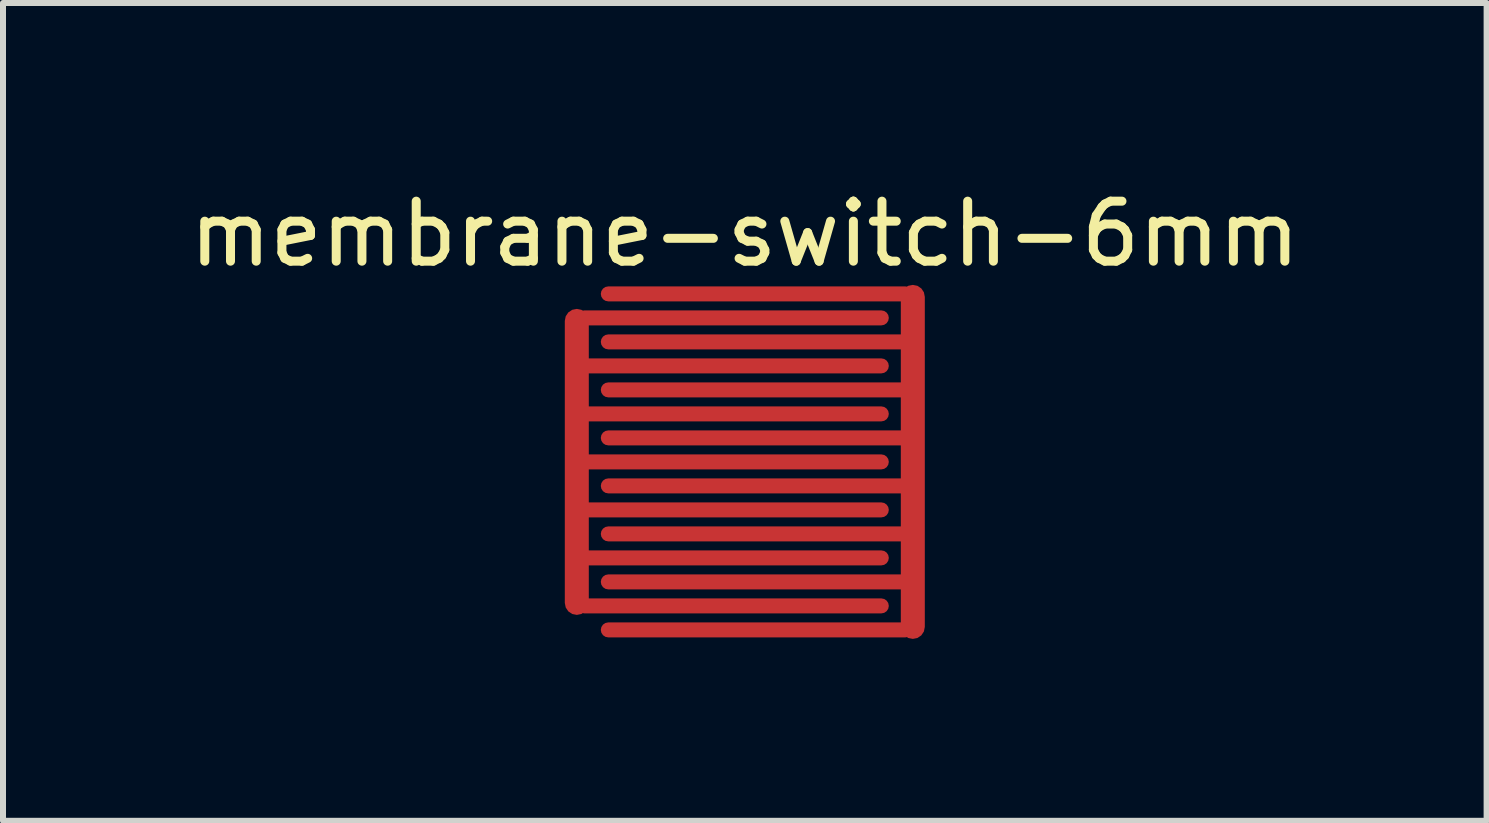
<source format=kicad_pcb>
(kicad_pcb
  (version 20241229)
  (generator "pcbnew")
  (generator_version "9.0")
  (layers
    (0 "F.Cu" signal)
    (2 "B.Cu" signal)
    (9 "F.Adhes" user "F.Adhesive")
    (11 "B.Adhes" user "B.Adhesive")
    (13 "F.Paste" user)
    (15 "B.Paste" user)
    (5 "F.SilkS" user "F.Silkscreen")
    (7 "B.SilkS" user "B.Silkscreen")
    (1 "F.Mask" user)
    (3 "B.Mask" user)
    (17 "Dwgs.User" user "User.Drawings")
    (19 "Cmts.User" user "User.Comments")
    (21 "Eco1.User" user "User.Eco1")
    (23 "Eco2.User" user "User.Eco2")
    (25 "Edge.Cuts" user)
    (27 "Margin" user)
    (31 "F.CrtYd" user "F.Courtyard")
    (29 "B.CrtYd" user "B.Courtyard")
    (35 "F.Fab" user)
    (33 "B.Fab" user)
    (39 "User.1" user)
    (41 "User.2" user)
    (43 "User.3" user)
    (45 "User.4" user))
  (footprint "membrane-switch-6mm"
    (layer "F.Cu")
    (at 9.363 4.648)
    (property "Reference" "membrane-switch-6mm" (at 0 -3.8 0) (layer "F.SilkS") (effects (font (size 1 1) (thickness 0.15))))
    (attr through_hole)
    (fp_poly (pts (xy 2.985 2.921) (xy -2.985 2.921) (xy -2.985 -2.921) (xy 2.985 -2.921)) (stroke (width 0.12) (type solid)) (fill yes) (layer "F.Mask"))
    (pad "1" smd roundrect (at -2.8 0) (size 0.4 5.1) (layers "F.Cu" "F.Mask") (roundrect_rratio 0.5))
    (pad "1" smd roundrect (at -0.2 -2.4) (size 5.2 0.25) (layers "F.Cu" "F.Mask") (roundrect_rratio 0.5))
    (pad "1" smd roundrect (at -0.2 -1.6) (size 5.2 0.25) (layers "F.Cu" "F.Mask") (roundrect_rratio 0.5))
    (pad "1" smd roundrect (at -0.2 -0.8) (size 5.2 0.25) (layers "F.Cu" "F.Mask") (roundrect_rratio 0.5))
    (pad "1" smd roundrect (at -0.2 0) (size 5.2 0.25) (layers "F.Cu" "F.Mask") (roundrect_rratio 0.5))
    (pad "1" smd roundrect (at -0.2 0.8) (size 5.2 0.25) (layers "F.Cu" "F.Mask") (roundrect_rratio 0.5))
    (pad "1" smd roundrect (at -0.2 1.6) (size 5.2 0.25) (layers "F.Cu" "F.Mask") (roundrect_rratio 0.5))
    (pad "1" smd roundrect (at -0.2 2.4) (size 5.2 0.25) (layers "F.Cu" "F.Mask") (roundrect_rratio 0.5))
    (pad "2" smd roundrect (at 0.2 -2.8) (size 5.2 0.25) (layers "F.Cu" "F.Mask") (roundrect_rratio 0.5))
    (pad "2" smd roundrect (at 0.2 -2) (size 5.2 0.25) (layers "F.Cu" "F.Mask") (roundrect_rratio 0.5))
    (pad "2" smd roundrect (at 0.2 -1.2) (size 5.2 0.25) (layers "F.Cu" "F.Mask") (roundrect_rratio 0.5))
    (pad "2" smd roundrect (at 0.2 -0.4) (size 5.2 0.25) (layers "F.Cu" "F.Mask") (roundrect_rratio 0.5))
    (pad "2" smd roundrect (at 0.2 0.4) (size 5.2 0.25) (layers "F.Cu" "F.Mask") (roundrect_rratio 0.5))
    (pad "2" smd roundrect (at 0.2 1.2) (size 5.2 0.25) (layers "F.Cu" "F.Mask") (roundrect_rratio 0.5))
    (pad "2" smd roundrect (at 0.2 2) (size 5.2 0.25) (layers "F.Cu" "F.Mask") (roundrect_rratio 0.5))
    (pad "2" smd roundrect (at 0.2 2.8) (size 5.2 0.25) (layers "F.Cu" "F.Mask") (roundrect_rratio 0.5))
    (pad "2" smd roundrect (at 2.8 0) (size 0.4 5.9) (layers "F.Cu" "F.Mask") (roundrect_rratio 0.5)))
  (gr_rect
    (start -3 -3)
    (end 21.726 10.629)
    (stroke (width 0.1) (type default))
    (fill no)
    (layer "Edge.Cuts")))
</source>
